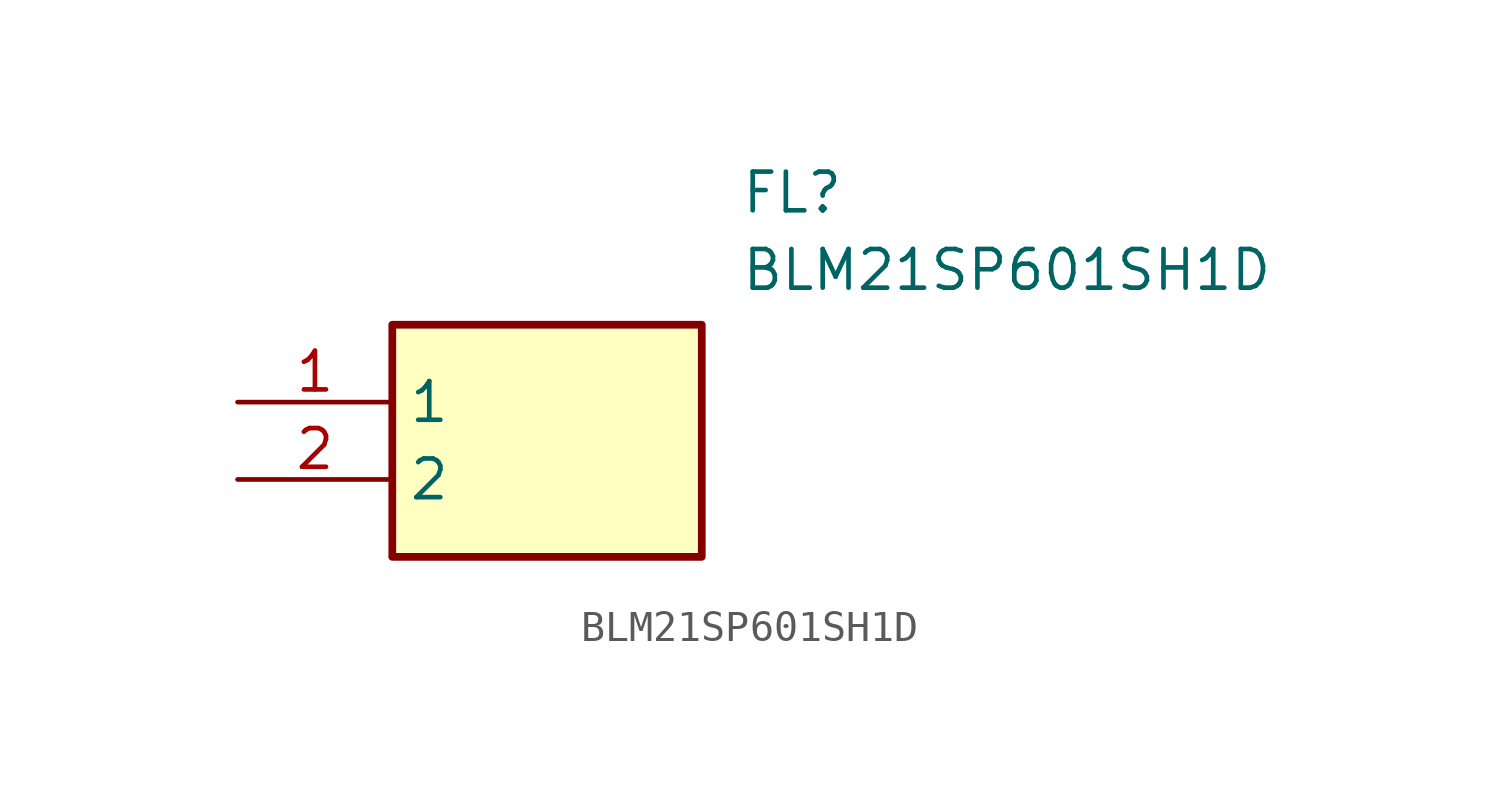
<source format=kicad_sym>
(kicad_symbol_lib
  (version 20211014)
  (generator SamacSys_ECAD_Model)
  (symbol "BLM21SP601SH1D"
    (property "Reference" "FL"
      (at 16.51 7.62 0)
      (effects (font (size 1.27 1.27)) (justify left top)))
    (property "Value" "BLM21SP601SH1D"
      (at 16.51 5.08 0)
      (effects (font (size 1.27 1.27)) (justify left top)))
    (rectangle
      (start 5.08 2.54)
      (end 15.24 -5.08)
      (stroke (width 0.254) (type default))
      (fill (type background)))
    (pin passive line
      (at 0 0 0)
      (length 5.08)
      (name "1" (effects (font (size 1.27 1.27))))
      (number "1" (effects (font (size 1.27 1.27)))))
    (pin passive line
      (at 0 -2.54 0)
      (length 5.08)
      (name "2" (effects (font (size 1.27 1.27))))
      (number "2" (effects (font (size 1.27 1.27)))))))
</source>
